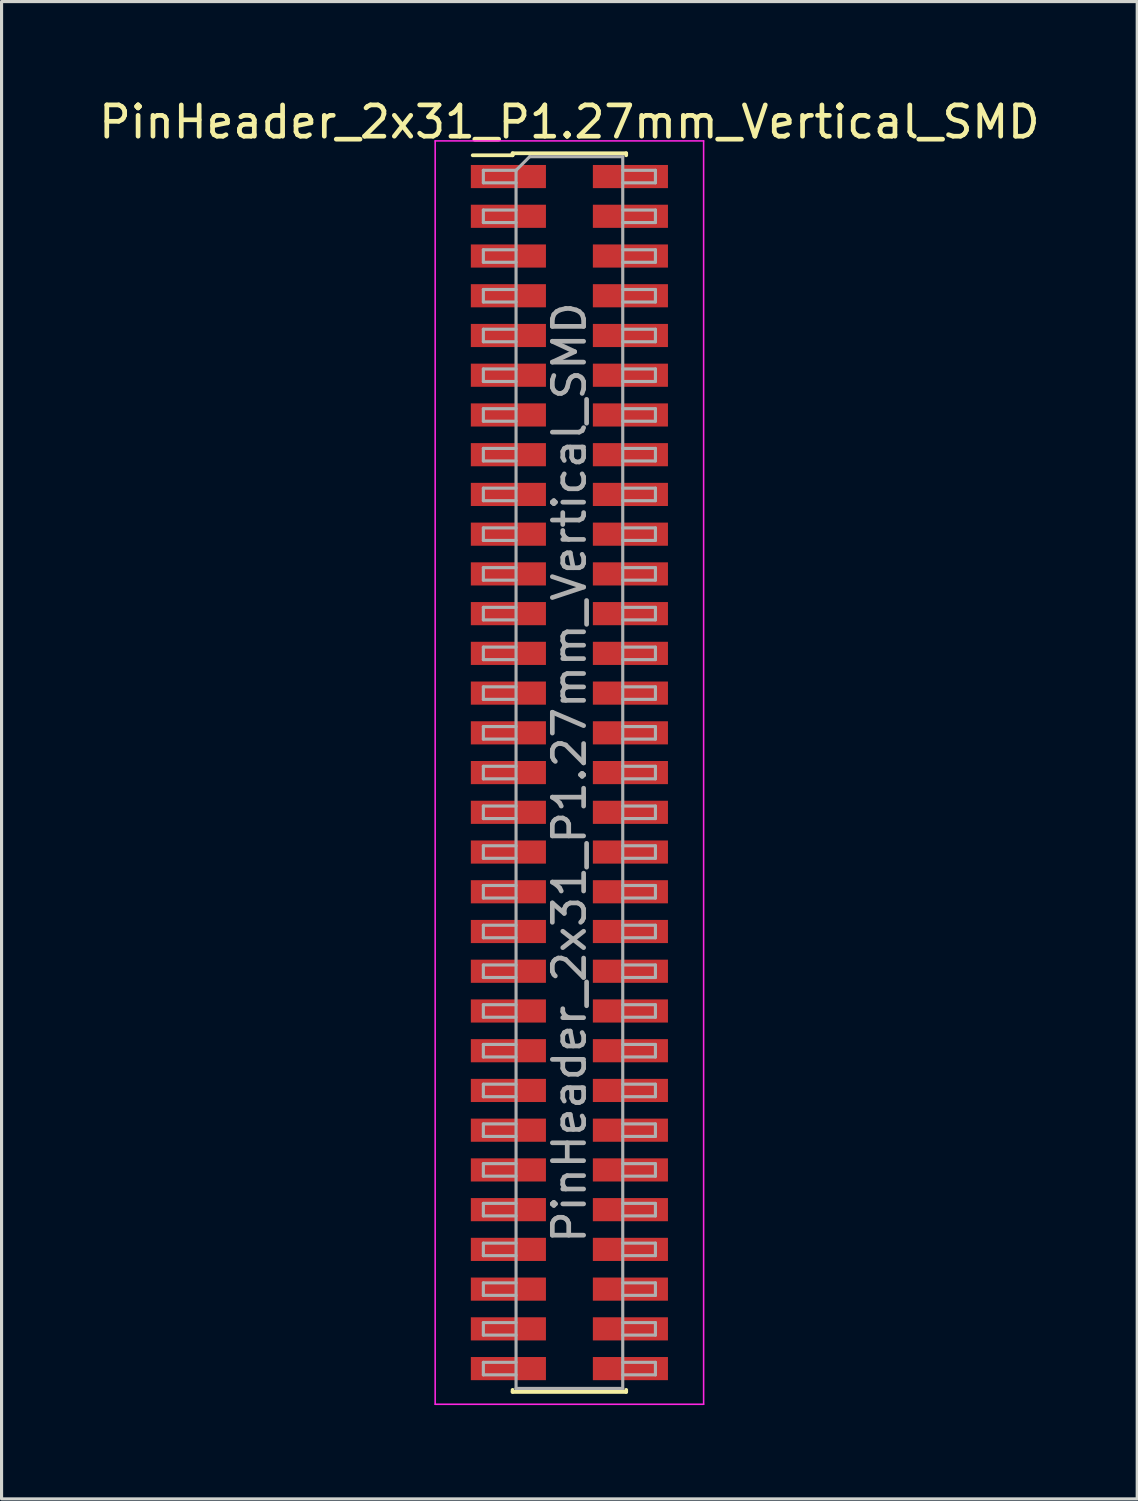
<source format=kicad_pcb>
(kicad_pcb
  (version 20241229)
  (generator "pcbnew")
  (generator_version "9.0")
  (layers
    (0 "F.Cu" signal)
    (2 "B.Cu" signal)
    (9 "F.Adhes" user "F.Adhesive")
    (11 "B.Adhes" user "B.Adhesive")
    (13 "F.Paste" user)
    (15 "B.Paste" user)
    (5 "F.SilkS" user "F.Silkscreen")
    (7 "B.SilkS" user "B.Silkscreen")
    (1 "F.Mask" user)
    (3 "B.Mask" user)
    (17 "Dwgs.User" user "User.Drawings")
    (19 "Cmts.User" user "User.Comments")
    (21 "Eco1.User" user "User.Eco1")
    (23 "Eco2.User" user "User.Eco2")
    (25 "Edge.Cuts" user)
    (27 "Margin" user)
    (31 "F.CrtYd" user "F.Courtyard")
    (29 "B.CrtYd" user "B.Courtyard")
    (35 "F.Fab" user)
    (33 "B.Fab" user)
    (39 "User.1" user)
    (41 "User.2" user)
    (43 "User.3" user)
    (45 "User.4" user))
  (footprint "PinHeader_2x31_P1.27mm_Vertical_SMD"
    (layer "F.Cu")
    (at 15.149 21.643)
    (property "Reference" "PinHeader_2x31_P1.27mm_Vertical_SMD" (at 0 -20.795 0) (layer "F.SilkS") (effects (font (size 1 1) (thickness 0.15))))
    (attr smd)
    (fp_line (start -3.09 -19.73) (end -1.815 -19.73) (stroke (width 0.12) (type solid)) (layer "F.SilkS"))
    (fp_line (start -1.815 -19.795) (end -1.815 -19.73) (stroke (width 0.12) (type solid)) (layer "F.SilkS"))
    (fp_line (start -1.815 -19.795) (end 1.815 -19.795) (stroke (width 0.12) (type solid)) (layer "F.SilkS"))
    (fp_line (start -1.815 19.73) (end -1.815 19.795) (stroke (width 0.12) (type solid)) (layer "F.SilkS"))
    (fp_line (start -1.815 19.795) (end 1.815 19.795) (stroke (width 0.12) (type solid)) (layer "F.SilkS"))
    (fp_line (start 1.815 -19.795) (end 1.815 -19.73) (stroke (width 0.12) (type solid)) (layer "F.SilkS"))
    (fp_line (start 1.815 19.73) (end 1.815 19.795) (stroke (width 0.12) (type solid)) (layer "F.SilkS"))
    (fp_line (start -4.29 -20.19) (end -4.29 20.19) (stroke (width 0.05) (type solid)) (layer "F.CrtYd"))
    (fp_line (start -4.29 20.19) (end 4.29 20.19) (stroke (width 0.05) (type solid)) (layer "F.CrtYd"))
    (fp_line (start 4.29 -20.19) (end -4.29 -20.19) (stroke (width 0.05) (type solid)) (layer "F.CrtYd"))
    (fp_line (start 4.29 20.19) (end 4.29 -20.19) (stroke (width 0.05) (type solid)) (layer "F.CrtYd"))
    (fp_line (start -2.75 -19.25) (end -2.75 -18.85) (stroke (width 0.1) (type solid)) (layer "F.Fab"))
    (fp_line (start -2.75 -18.85) (end -1.705 -18.85) (stroke (width 0.1) (type solid)) (layer "F.Fab"))
    (fp_line (start -2.75 -17.98) (end -2.75 -17.58) (stroke (width 0.1) (type solid)) (layer "F.Fab"))
    (fp_line (start -2.75 -17.58) (end -1.705 -17.58) (stroke (width 0.1) (type solid)) (layer "F.Fab"))
    (fp_line (start -2.75 -16.71) (end -2.75 -16.31) (stroke (width 0.1) (type solid)) (layer "F.Fab"))
    (fp_line (start -2.75 -16.31) (end -1.705 -16.31) (stroke (width 0.1) (type solid)) (layer "F.Fab"))
    (fp_line (start -2.75 -15.44) (end -2.75 -15.04) (stroke (width 0.1) (type solid)) (layer "F.Fab"))
    (fp_line (start -2.75 -15.04) (end -1.705 -15.04) (stroke (width 0.1) (type solid)) (layer "F.Fab"))
    (fp_line (start -2.75 -14.17) (end -2.75 -13.77) (stroke (width 0.1) (type solid)) (layer "F.Fab"))
    (fp_line (start -2.75 -13.77) (end -1.705 -13.77) (stroke (width 0.1) (type solid)) (layer "F.Fab"))
    (fp_line (start -2.75 -12.9) (end -2.75 -12.5) (stroke (width 0.1) (type solid)) (layer "F.Fab"))
    (fp_line (start -2.75 -12.5) (end -1.705 -12.5) (stroke (width 0.1) (type solid)) (layer "F.Fab"))
    (fp_line (start -2.75 -11.63) (end -2.75 -11.23) (stroke (width 0.1) (type solid)) (layer "F.Fab"))
    (fp_line (start -2.75 -11.23) (end -1.705 -11.23) (stroke (width 0.1) (type solid)) (layer "F.Fab"))
    (fp_line (start -2.75 -10.36) (end -2.75 -9.96) (stroke (width 0.1) (type solid)) (layer "F.Fab"))
    (fp_line (start -2.75 -9.96) (end -1.705 -9.96) (stroke (width 0.1) (type solid)) (layer "F.Fab"))
    (fp_line (start -2.75 -9.09) (end -2.75 -8.69) (stroke (width 0.1) (type solid)) (layer "F.Fab"))
    (fp_line (start -2.75 -8.69) (end -1.705 -8.69) (stroke (width 0.1) (type solid)) (layer "F.Fab"))
    (fp_line (start -2.75 -7.82) (end -2.75 -7.42) (stroke (width 0.1) (type solid)) (layer "F.Fab"))
    (fp_line (start -2.75 -7.42) (end -1.705 -7.42) (stroke (width 0.1) (type solid)) (layer "F.Fab"))
    (fp_line (start -2.75 -6.55) (end -2.75 -6.15) (stroke (width 0.1) (type solid)) (layer "F.Fab"))
    (fp_line (start -2.75 -6.15) (end -1.705 -6.15) (stroke (width 0.1) (type solid)) (layer "F.Fab"))
    (fp_line (start -2.75 -5.28) (end -2.75 -4.88) (stroke (width 0.1) (type solid)) (layer "F.Fab"))
    (fp_line (start -2.75 -4.88) (end -1.705 -4.88) (stroke (width 0.1) (type solid)) (layer "F.Fab"))
    (fp_line (start -2.75 -4.01) (end -2.75 -3.61) (stroke (width 0.1) (type solid)) (layer "F.Fab"))
    (fp_line (start -2.75 -3.61) (end -1.705 -3.61) (stroke (width 0.1) (type solid)) (layer "F.Fab"))
    (fp_line (start -2.75 -2.74) (end -2.75 -2.34) (stroke (width 0.1) (type solid)) (layer "F.Fab"))
    (fp_line (start -2.75 -2.34) (end -1.705 -2.34) (stroke (width 0.1) (type solid)) (layer "F.Fab"))
    (fp_line (start -2.75 -1.47) (end -2.75 -1.07) (stroke (width 0.1) (type solid)) (layer "F.Fab"))
    (fp_line (start -2.75 -1.07) (end -1.705 -1.07) (stroke (width 0.1) (type solid)) (layer "F.Fab"))
    (fp_line (start -2.75 -0.2) (end -2.75 0.2) (stroke (width 0.1) (type solid)) (layer "F.Fab"))
    (fp_line (start -2.75 0.2) (end -1.705 0.2) (stroke (width 0.1) (type solid)) (layer "F.Fab"))
    (fp_line (start -2.75 1.07) (end -2.75 1.47) (stroke (width 0.1) (type solid)) (layer "F.Fab"))
    (fp_line (start -2.75 1.47) (end -1.705 1.47) (stroke (width 0.1) (type solid)) (layer "F.Fab"))
    (fp_line (start -2.75 2.34) (end -2.75 2.74) (stroke (width 0.1) (type solid)) (layer "F.Fab"))
    (fp_line (start -2.75 2.74) (end -1.705 2.74) (stroke (width 0.1) (type solid)) (layer "F.Fab"))
    (fp_line (start -2.75 3.61) (end -2.75 4.01) (stroke (width 0.1) (type solid)) (layer "F.Fab"))
    (fp_line (start -2.75 4.01) (end -1.705 4.01) (stroke (width 0.1) (type solid)) (layer "F.Fab"))
    (fp_line (start -2.75 4.88) (end -2.75 5.28) (stroke (width 0.1) (type solid)) (layer "F.Fab"))
    (fp_line (start -2.75 5.28) (end -1.705 5.28) (stroke (width 0.1) (type solid)) (layer "F.Fab"))
    (fp_line (start -2.75 6.15) (end -2.75 6.55) (stroke (width 0.1) (type solid)) (layer "F.Fab"))
    (fp_line (start -2.75 6.55) (end -1.705 6.55) (stroke (width 0.1) (type solid)) (layer "F.Fab"))
    (fp_line (start -2.75 7.42) (end -2.75 7.82) (stroke (width 0.1) (type solid)) (layer "F.Fab"))
    (fp_line (start -2.75 7.82) (end -1.705 7.82) (stroke (width 0.1) (type solid)) (layer "F.Fab"))
    (fp_line (start -2.75 8.69) (end -2.75 9.09) (stroke (width 0.1) (type solid)) (layer "F.Fab"))
    (fp_line (start -2.75 9.09) (end -1.705 9.09) (stroke (width 0.1) (type solid)) (layer "F.Fab"))
    (fp_line (start -2.75 9.96) (end -2.75 10.36) (stroke (width 0.1) (type solid)) (layer "F.Fab"))
    (fp_line (start -2.75 10.36) (end -1.705 10.36) (stroke (width 0.1) (type solid)) (layer "F.Fab"))
    (fp_line (start -2.75 11.23) (end -2.75 11.63) (stroke (width 0.1) (type solid)) (layer "F.Fab"))
    (fp_line (start -2.75 11.63) (end -1.705 11.63) (stroke (width 0.1) (type solid)) (layer "F.Fab"))
    (fp_line (start -2.75 12.5) (end -2.75 12.9) (stroke (width 0.1) (type solid)) (layer "F.Fab"))
    (fp_line (start -2.75 12.9) (end -1.705 12.9) (stroke (width 0.1) (type solid)) (layer "F.Fab"))
    (fp_line (start -2.75 13.77) (end -2.75 14.17) (stroke (width 0.1) (type solid)) (layer "F.Fab"))
    (fp_line (start -2.75 14.17) (end -1.705 14.17) (stroke (width 0.1) (type solid)) (layer "F.Fab"))
    (fp_line (start -2.75 15.04) (end -2.75 15.44) (stroke (width 0.1) (type solid)) (layer "F.Fab"))
    (fp_line (start -2.75 15.44) (end -1.705 15.44) (stroke (width 0.1) (type solid)) (layer "F.Fab"))
    (fp_line (start -2.75 16.31) (end -2.75 16.71) (stroke (width 0.1) (type solid)) (layer "F.Fab"))
    (fp_line (start -2.75 16.71) (end -1.705 16.71) (stroke (width 0.1) (type solid)) (layer "F.Fab"))
    (fp_line (start -2.75 17.58) (end -2.75 17.98) (stroke (width 0.1) (type solid)) (layer "F.Fab"))
    (fp_line (start -2.75 17.98) (end -1.705 17.98) (stroke (width 0.1) (type solid)) (layer "F.Fab"))
    (fp_line (start -2.75 18.85) (end -2.75 19.25) (stroke (width 0.1) (type solid)) (layer "F.Fab"))
    (fp_line (start -2.75 19.25) (end -1.705 19.25) (stroke (width 0.1) (type solid)) (layer "F.Fab"))
    (fp_line (start -1.705 -19.25) (end -2.75 -19.25) (stroke (width 0.1) (type solid)) (layer "F.Fab"))
    (fp_line (start -1.705 -19.25) (end -1.27 -19.685) (stroke (width 0.1) (type solid)) (layer "F.Fab"))
    (fp_line (start -1.705 -17.98) (end -2.75 -17.98) (stroke (width 0.1) (type solid)) (layer "F.Fab"))
    (fp_line (start -1.705 -16.71) (end -2.75 -16.71) (stroke (width 0.1) (type solid)) (layer "F.Fab"))
    (fp_line (start -1.705 -15.44) (end -2.75 -15.44) (stroke (width 0.1) (type solid)) (layer "F.Fab"))
    (fp_line (start -1.705 -14.17) (end -2.75 -14.17) (stroke (width 0.1) (type solid)) (layer "F.Fab"))
    (fp_line (start -1.705 -12.9) (end -2.75 -12.9) (stroke (width 0.1) (type solid)) (layer "F.Fab"))
    (fp_line (start -1.705 -11.63) (end -2.75 -11.63) (stroke (width 0.1) (type solid)) (layer "F.Fab"))
    (fp_line (start -1.705 -10.36) (end -2.75 -10.36) (stroke (width 0.1) (type solid)) (layer "F.Fab"))
    (fp_line (start -1.705 -9.09) (end -2.75 -9.09) (stroke (width 0.1) (type solid)) (layer "F.Fab"))
    (fp_line (start -1.705 -7.82) (end -2.75 -7.82) (stroke (width 0.1) (type solid)) (layer "F.Fab"))
    (fp_line (start -1.705 -6.55) (end -2.75 -6.55) (stroke (width 0.1) (type solid)) (layer "F.Fab"))
    (fp_line (start -1.705 -5.28) (end -2.75 -5.28) (stroke (width 0.1) (type solid)) (layer "F.Fab"))
    (fp_line (start -1.705 -4.01) (end -2.75 -4.01) (stroke (width 0.1) (type solid)) (layer "F.Fab"))
    (fp_line (start -1.705 -2.74) (end -2.75 -2.74) (stroke (width 0.1) (type solid)) (layer "F.Fab"))
    (fp_line (start -1.705 -1.47) (end -2.75 -1.47) (stroke (width 0.1) (type solid)) (layer "F.Fab"))
    (fp_line (start -1.705 -0.2) (end -2.75 -0.2) (stroke (width 0.1) (type solid)) (layer "F.Fab"))
    (fp_line (start -1.705 1.07) (end -2.75 1.07) (stroke (width 0.1) (type solid)) (layer "F.Fab"))
    (fp_line (start -1.705 2.34) (end -2.75 2.34) (stroke (width 0.1) (type solid)) (layer "F.Fab"))
    (fp_line (start -1.705 3.61) (end -2.75 3.61) (stroke (width 0.1) (type solid)) (layer "F.Fab"))
    (fp_line (start -1.705 4.88) (end -2.75 4.88) (stroke (width 0.1) (type solid)) (layer "F.Fab"))
    (fp_line (start -1.705 6.15) (end -2.75 6.15) (stroke (width 0.1) (type solid)) (layer "F.Fab"))
    (fp_line (start -1.705 7.42) (end -2.75 7.42) (stroke (width 0.1) (type solid)) (layer "F.Fab"))
    (fp_line (start -1.705 8.69) (end -2.75 8.69) (stroke (width 0.1) (type solid)) (layer "F.Fab"))
    (fp_line (start -1.705 9.96) (end -2.75 9.96) (stroke (width 0.1) (type solid)) (layer "F.Fab"))
    (fp_line (start -1.705 11.23) (end -2.75 11.23) (stroke (width 0.1) (type solid)) (layer "F.Fab"))
    (fp_line (start -1.705 12.5) (end -2.75 12.5) (stroke (width 0.1) (type solid)) (layer "F.Fab"))
    (fp_line (start -1.705 13.77) (end -2.75 13.77) (stroke (width 0.1) (type solid)) (layer "F.Fab"))
    (fp_line (start -1.705 15.04) (end -2.75 15.04) (stroke (width 0.1) (type solid)) (layer "F.Fab"))
    (fp_line (start -1.705 16.31) (end -2.75 16.31) (stroke (width 0.1) (type solid)) (layer "F.Fab"))
    (fp_line (start -1.705 17.58) (end -2.75 17.58) (stroke (width 0.1) (type solid)) (layer "F.Fab"))
    (fp_line (start -1.705 18.85) (end -2.75 18.85) (stroke (width 0.1) (type solid)) (layer "F.Fab"))
    (fp_line (start -1.705 19.685) (end -1.705 -19.25) (stroke (width 0.1) (type solid)) (layer "F.Fab"))
    (fp_line (start -1.27 -19.685) (end 1.705 -19.685) (stroke (width 0.1) (type solid)) (layer "F.Fab"))
    (fp_line (start 1.705 -19.685) (end 1.705 19.685) (stroke (width 0.1) (type solid)) (layer "F.Fab"))
    (fp_line (start 1.705 -19.25) (end 2.75 -19.25) (stroke (width 0.1) (type solid)) (layer "F.Fab"))
    (fp_line (start 1.705 -17.98) (end 2.75 -17.98) (stroke (width 0.1) (type solid)) (layer "F.Fab"))
    (fp_line (start 1.705 -16.71) (end 2.75 -16.71) (stroke (width 0.1) (type solid)) (layer "F.Fab"))
    (fp_line (start 1.705 -15.44) (end 2.75 -15.44) (stroke (width 0.1) (type solid)) (layer "F.Fab"))
    (fp_line (start 1.705 -14.17) (end 2.75 -14.17) (stroke (width 0.1) (type solid)) (layer "F.Fab"))
    (fp_line (start 1.705 -12.9) (end 2.75 -12.9) (stroke (width 0.1) (type solid)) (layer "F.Fab"))
    (fp_line (start 1.705 -11.63) (end 2.75 -11.63) (stroke (width 0.1) (type solid)) (layer "F.Fab"))
    (fp_line (start 1.705 -10.36) (end 2.75 -10.36) (stroke (width 0.1) (type solid)) (layer "F.Fab"))
    (fp_line (start 1.705 -9.09) (end 2.75 -9.09) (stroke (width 0.1) (type solid)) (layer "F.Fab"))
    (fp_line (start 1.705 -7.82) (end 2.75 -7.82) (stroke (width 0.1) (type solid)) (layer "F.Fab"))
    (fp_line (start 1.705 -6.55) (end 2.75 -6.55) (stroke (width 0.1) (type solid)) (layer "F.Fab"))
    (fp_line (start 1.705 -5.28) (end 2.75 -5.28) (stroke (width 0.1) (type solid)) (layer "F.Fab"))
    (fp_line (start 1.705 -4.01) (end 2.75 -4.01) (stroke (width 0.1) (type solid)) (layer "F.Fab"))
    (fp_line (start 1.705 -2.74) (end 2.75 -2.74) (stroke (width 0.1) (type solid)) (layer "F.Fab"))
    (fp_line (start 1.705 -1.47) (end 2.75 -1.47) (stroke (width 0.1) (type solid)) (layer "F.Fab"))
    (fp_line (start 1.705 -0.2) (end 2.75 -0.2) (stroke (width 0.1) (type solid)) (layer "F.Fab"))
    (fp_line (start 1.705 1.07) (end 2.75 1.07) (stroke (width 0.1) (type solid)) (layer "F.Fab"))
    (fp_line (start 1.705 2.34) (end 2.75 2.34) (stroke (width 0.1) (type solid)) (layer "F.Fab"))
    (fp_line (start 1.705 3.61) (end 2.75 3.61) (stroke (width 0.1) (type solid)) (layer "F.Fab"))
    (fp_line (start 1.705 4.88) (end 2.75 4.88) (stroke (width 0.1) (type solid)) (layer "F.Fab"))
    (fp_line (start 1.705 6.15) (end 2.75 6.15) (stroke (width 0.1) (type solid)) (layer "F.Fab"))
    (fp_line (start 1.705 7.42) (end 2.75 7.42) (stroke (width 0.1) (type solid)) (layer "F.Fab"))
    (fp_line (start 1.705 8.69) (end 2.75 8.69) (stroke (width 0.1) (type solid)) (layer "F.Fab"))
    (fp_line (start 1.705 9.96) (end 2.75 9.96) (stroke (width 0.1) (type solid)) (layer "F.Fab"))
    (fp_line (start 1.705 11.23) (end 2.75 11.23) (stroke (width 0.1) (type solid)) (layer "F.Fab"))
    (fp_line (start 1.705 12.5) (end 2.75 12.5) (stroke (width 0.1) (type solid)) (layer "F.Fab"))
    (fp_line (start 1.705 13.77) (end 2.75 13.77) (stroke (width 0.1) (type solid)) (layer "F.Fab"))
    (fp_line (start 1.705 15.04) (end 2.75 15.04) (stroke (width 0.1) (type solid)) (layer "F.Fab"))
    (fp_line (start 1.705 16.31) (end 2.75 16.31) (stroke (width 0.1) (type solid)) (layer "F.Fab"))
    (fp_line (start 1.705 17.58) (end 2.75 17.58) (stroke (width 0.1) (type solid)) (layer "F.Fab"))
    (fp_line (start 1.705 18.85) (end 2.75 18.85) (stroke (width 0.1) (type solid)) (layer "F.Fab"))
    (fp_line (start 1.705 19.685) (end -1.705 19.685) (stroke (width 0.1) (type solid)) (layer "F.Fab"))
    (fp_line (start 2.75 -19.25) (end 2.75 -18.85) (stroke (width 0.1) (type solid)) (layer "F.Fab"))
    (fp_line (start 2.75 -18.85) (end 1.705 -18.85) (stroke (width 0.1) (type solid)) (layer "F.Fab"))
    (fp_line (start 2.75 -17.98) (end 2.75 -17.58) (stroke (width 0.1) (type solid)) (layer "F.Fab"))
    (fp_line (start 2.75 -17.58) (end 1.705 -17.58) (stroke (width 0.1) (type solid)) (layer "F.Fab"))
    (fp_line (start 2.75 -16.71) (end 2.75 -16.31) (stroke (width 0.1) (type solid)) (layer "F.Fab"))
    (fp_line (start 2.75 -16.31) (end 1.705 -16.31) (stroke (width 0.1) (type solid)) (layer "F.Fab"))
    (fp_line (start 2.75 -15.44) (end 2.75 -15.04) (stroke (width 0.1) (type solid)) (layer "F.Fab"))
    (fp_line (start 2.75 -15.04) (end 1.705 -15.04) (stroke (width 0.1) (type solid)) (layer "F.Fab"))
    (fp_line (start 2.75 -14.17) (end 2.75 -13.77) (stroke (width 0.1) (type solid)) (layer "F.Fab"))
    (fp_line (start 2.75 -13.77) (end 1.705 -13.77) (stroke (width 0.1) (type solid)) (layer "F.Fab"))
    (fp_line (start 2.75 -12.9) (end 2.75 -12.5) (stroke (width 0.1) (type solid)) (layer "F.Fab"))
    (fp_line (start 2.75 -12.5) (end 1.705 -12.5) (stroke (width 0.1) (type solid)) (layer "F.Fab"))
    (fp_line (start 2.75 -11.63) (end 2.75 -11.23) (stroke (width 0.1) (type solid)) (layer "F.Fab"))
    (fp_line (start 2.75 -11.23) (end 1.705 -11.23) (stroke (width 0.1) (type solid)) (layer "F.Fab"))
    (fp_line (start 2.75 -10.36) (end 2.75 -9.96) (stroke (width 0.1) (type solid)) (layer "F.Fab"))
    (fp_line (start 2.75 -9.96) (end 1.705 -9.96) (stroke (width 0.1) (type solid)) (layer "F.Fab"))
    (fp_line (start 2.75 -9.09) (end 2.75 -8.69) (stroke (width 0.1) (type solid)) (layer "F.Fab"))
    (fp_line (start 2.75 -8.69) (end 1.705 -8.69) (stroke (width 0.1) (type solid)) (layer "F.Fab"))
    (fp_line (start 2.75 -7.82) (end 2.75 -7.42) (stroke (width 0.1) (type solid)) (layer "F.Fab"))
    (fp_line (start 2.75 -7.42) (end 1.705 -7.42) (stroke (width 0.1) (type solid)) (layer "F.Fab"))
    (fp_line (start 2.75 -6.55) (end 2.75 -6.15) (stroke (width 0.1) (type solid)) (layer "F.Fab"))
    (fp_line (start 2.75 -6.15) (end 1.705 -6.15) (stroke (width 0.1) (type solid)) (layer "F.Fab"))
    (fp_line (start 2.75 -5.28) (end 2.75 -4.88) (stroke (width 0.1) (type solid)) (layer "F.Fab"))
    (fp_line (start 2.75 -4.88) (end 1.705 -4.88) (stroke (width 0.1) (type solid)) (layer "F.Fab"))
    (fp_line (start 2.75 -4.01) (end 2.75 -3.61) (stroke (width 0.1) (type solid)) (layer "F.Fab"))
    (fp_line (start 2.75 -3.61) (end 1.705 -3.61) (stroke (width 0.1) (type solid)) (layer "F.Fab"))
    (fp_line (start 2.75 -2.74) (end 2.75 -2.34) (stroke (width 0.1) (type solid)) (layer "F.Fab"))
    (fp_line (start 2.75 -2.34) (end 1.705 -2.34) (stroke (width 0.1) (type solid)) (layer "F.Fab"))
    (fp_line (start 2.75 -1.47) (end 2.75 -1.07) (stroke (width 0.1) (type solid)) (layer "F.Fab"))
    (fp_line (start 2.75 -1.07) (end 1.705 -1.07) (stroke (width 0.1) (type solid)) (layer "F.Fab"))
    (fp_line (start 2.75 -0.2) (end 2.75 0.2) (stroke (width 0.1) (type solid)) (layer "F.Fab"))
    (fp_line (start 2.75 0.2) (end 1.705 0.2) (stroke (width 0.1) (type solid)) (layer "F.Fab"))
    (fp_line (start 2.75 1.07) (end 2.75 1.47) (stroke (width 0.1) (type solid)) (layer "F.Fab"))
    (fp_line (start 2.75 1.47) (end 1.705 1.47) (stroke (width 0.1) (type solid)) (layer "F.Fab"))
    (fp_line (start 2.75 2.34) (end 2.75 2.74) (stroke (width 0.1) (type solid)) (layer "F.Fab"))
    (fp_line (start 2.75 2.74) (end 1.705 2.74) (stroke (width 0.1) (type solid)) (layer "F.Fab"))
    (fp_line (start 2.75 3.61) (end 2.75 4.01) (stroke (width 0.1) (type solid)) (layer "F.Fab"))
    (fp_line (start 2.75 4.01) (end 1.705 4.01) (stroke (width 0.1) (type solid)) (layer "F.Fab"))
    (fp_line (start 2.75 4.88) (end 2.75 5.28) (stroke (width 0.1) (type solid)) (layer "F.Fab"))
    (fp_line (start 2.75 5.28) (end 1.705 5.28) (stroke (width 0.1) (type solid)) (layer "F.Fab"))
    (fp_line (start 2.75 6.15) (end 2.75 6.55) (stroke (width 0.1) (type solid)) (layer "F.Fab"))
    (fp_line (start 2.75 6.55) (end 1.705 6.55) (stroke (width 0.1) (type solid)) (layer "F.Fab"))
    (fp_line (start 2.75 7.42) (end 2.75 7.82) (stroke (width 0.1) (type solid)) (layer "F.Fab"))
    (fp_line (start 2.75 7.82) (end 1.705 7.82) (stroke (width 0.1) (type solid)) (layer "F.Fab"))
    (fp_line (start 2.75 8.69) (end 2.75 9.09) (stroke (width 0.1) (type solid)) (layer "F.Fab"))
    (fp_line (start 2.75 9.09) (end 1.705 9.09) (stroke (width 0.1) (type solid)) (layer "F.Fab"))
    (fp_line (start 2.75 9.96) (end 2.75 10.36) (stroke (width 0.1) (type solid)) (layer "F.Fab"))
    (fp_line (start 2.75 10.36) (end 1.705 10.36) (stroke (width 0.1) (type solid)) (layer "F.Fab"))
    (fp_line (start 2.75 11.23) (end 2.75 11.63) (stroke (width 0.1) (type solid)) (layer "F.Fab"))
    (fp_line (start 2.75 11.63) (end 1.705 11.63) (stroke (width 0.1) (type solid)) (layer "F.Fab"))
    (fp_line (start 2.75 12.5) (end 2.75 12.9) (stroke (width 0.1) (type solid)) (layer "F.Fab"))
    (fp_line (start 2.75 12.9) (end 1.705 12.9) (stroke (width 0.1) (type solid)) (layer "F.Fab"))
    (fp_line (start 2.75 13.77) (end 2.75 14.17) (stroke (width 0.1) (type solid)) (layer "F.Fab"))
    (fp_line (start 2.75 14.17) (end 1.705 14.17) (stroke (width 0.1) (type solid)) (layer "F.Fab"))
    (fp_line (start 2.75 15.04) (end 2.75 15.44) (stroke (width 0.1) (type solid)) (layer "F.Fab"))
    (fp_line (start 2.75 15.44) (end 1.705 15.44) (stroke (width 0.1) (type solid)) (layer "F.Fab"))
    (fp_line (start 2.75 16.31) (end 2.75 16.71) (stroke (width 0.1) (type solid)) (layer "F.Fab"))
    (fp_line (start 2.75 16.71) (end 1.705 16.71) (stroke (width 0.1) (type solid)) (layer "F.Fab"))
    (fp_line (start 2.75 17.58) (end 2.75 17.98) (stroke (width 0.1) (type solid)) (layer "F.Fab"))
    (fp_line (start 2.75 17.98) (end 1.705 17.98) (stroke (width 0.1) (type solid)) (layer "F.Fab"))
    (fp_line (start 2.75 18.85) (end 2.75 19.25) (stroke (width 0.1) (type solid)) (layer "F.Fab"))
    (fp_line (start 2.75 19.25) (end 1.705 19.25) (stroke (width 0.1) (type solid)) (layer "F.Fab"))
    (fp_text user "${REFERENCE}" (at 0 0 90) (layer "F.Fab") (effects (font (size 1 1) (thickness 0.15))))
    (pad "1" smd rect (at -1.95 -19.05) (size 2.4 0.74) (layers "F.Cu" "F.Mask" "F.Paste"))
    (pad "2" smd rect (at 1.95 -19.05) (size 2.4 0.74) (layers "F.Cu" "F.Mask" "F.Paste"))
    (pad "3" smd rect (at -1.95 -17.78) (size 2.4 0.74) (layers "F.Cu" "F.Mask" "F.Paste"))
    (pad "4" smd rect (at 1.95 -17.78) (size 2.4 0.74) (layers "F.Cu" "F.Mask" "F.Paste"))
    (pad "5" smd rect (at -1.95 -16.51) (size 2.4 0.74) (layers "F.Cu" "F.Mask" "F.Paste"))
    (pad "6" smd rect (at 1.95 -16.51) (size 2.4 0.74) (layers "F.Cu" "F.Mask" "F.Paste"))
    (pad "7" smd rect (at -1.95 -15.24) (size 2.4 0.74) (layers "F.Cu" "F.Mask" "F.Paste"))
    (pad "8" smd rect (at 1.95 -15.24) (size 2.4 0.74) (layers "F.Cu" "F.Mask" "F.Paste"))
    (pad "9" smd rect (at -1.95 -13.97) (size 2.4 0.74) (layers "F.Cu" "F.Mask" "F.Paste"))
    (pad "10" smd rect (at 1.95 -13.97) (size 2.4 0.74) (layers "F.Cu" "F.Mask" "F.Paste"))
    (pad "11" smd rect (at -1.95 -12.7) (size 2.4 0.74) (layers "F.Cu" "F.Mask" "F.Paste"))
    (pad "12" smd rect (at 1.95 -12.7) (size 2.4 0.74) (layers "F.Cu" "F.Mask" "F.Paste"))
    (pad "13" smd rect (at -1.95 -11.43) (size 2.4 0.74) (layers "F.Cu" "F.Mask" "F.Paste"))
    (pad "14" smd rect (at 1.95 -11.43) (size 2.4 0.74) (layers "F.Cu" "F.Mask" "F.Paste"))
    (pad "15" smd rect (at -1.95 -10.16) (size 2.4 0.74) (layers "F.Cu" "F.Mask" "F.Paste"))
    (pad "16" smd rect (at 1.95 -10.16) (size 2.4 0.74) (layers "F.Cu" "F.Mask" "F.Paste"))
    (pad "17" smd rect (at -1.95 -8.89) (size 2.4 0.74) (layers "F.Cu" "F.Mask" "F.Paste"))
    (pad "18" smd rect (at 1.95 -8.89) (size 2.4 0.74) (layers "F.Cu" "F.Mask" "F.Paste"))
    (pad "19" smd rect (at -1.95 -7.62) (size 2.4 0.74) (layers "F.Cu" "F.Mask" "F.Paste"))
    (pad "20" smd rect (at 1.95 -7.62) (size 2.4 0.74) (layers "F.Cu" "F.Mask" "F.Paste"))
    (pad "21" smd rect (at -1.95 -6.35) (size 2.4 0.74) (layers "F.Cu" "F.Mask" "F.Paste"))
    (pad "22" smd rect (at 1.95 -6.35) (size 2.4 0.74) (layers "F.Cu" "F.Mask" "F.Paste"))
    (pad "23" smd rect (at -1.95 -5.08) (size 2.4 0.74) (layers "F.Cu" "F.Mask" "F.Paste"))
    (pad "24" smd rect (at 1.95 -5.08) (size 2.4 0.74) (layers "F.Cu" "F.Mask" "F.Paste"))
    (pad "25" smd rect (at -1.95 -3.81) (size 2.4 0.74) (layers "F.Cu" "F.Mask" "F.Paste"))
    (pad "26" smd rect (at 1.95 -3.81) (size 2.4 0.74) (layers "F.Cu" "F.Mask" "F.Paste"))
    (pad "27" smd rect (at -1.95 -2.54) (size 2.4 0.74) (layers "F.Cu" "F.Mask" "F.Paste"))
    (pad "28" smd rect (at 1.95 -2.54) (size 2.4 0.74) (layers "F.Cu" "F.Mask" "F.Paste"))
    (pad "29" smd rect (at -1.95 -1.27) (size 2.4 0.74) (layers "F.Cu" "F.Mask" "F.Paste"))
    (pad "30" smd rect (at 1.95 -1.27) (size 2.4 0.74) (layers "F.Cu" "F.Mask" "F.Paste"))
    (pad "31" smd rect (at -1.95 0) (size 2.4 0.74) (layers "F.Cu" "F.Mask" "F.Paste"))
    (pad "32" smd rect (at 1.95 0) (size 2.4 0.74) (layers "F.Cu" "F.Mask" "F.Paste"))
    (pad "33" smd rect (at -1.95 1.27) (size 2.4 0.74) (layers "F.Cu" "F.Mask" "F.Paste"))
    (pad "34" smd rect (at 1.95 1.27) (size 2.4 0.74) (layers "F.Cu" "F.Mask" "F.Paste"))
    (pad "35" smd rect (at -1.95 2.54) (size 2.4 0.74) (layers "F.Cu" "F.Mask" "F.Paste"))
    (pad "36" smd rect (at 1.95 2.54) (size 2.4 0.74) (layers "F.Cu" "F.Mask" "F.Paste"))
    (pad "37" smd rect (at -1.95 3.81) (size 2.4 0.74) (layers "F.Cu" "F.Mask" "F.Paste"))
    (pad "38" smd rect (at 1.95 3.81) (size 2.4 0.74) (layers "F.Cu" "F.Mask" "F.Paste"))
    (pad "39" smd rect (at -1.95 5.08) (size 2.4 0.74) (layers "F.Cu" "F.Mask" "F.Paste"))
    (pad "40" smd rect (at 1.95 5.08) (size 2.4 0.74) (layers "F.Cu" "F.Mask" "F.Paste"))
    (pad "41" smd rect (at -1.95 6.35) (size 2.4 0.74) (layers "F.Cu" "F.Mask" "F.Paste"))
    (pad "42" smd rect (at 1.95 6.35) (size 2.4 0.74) (layers "F.Cu" "F.Mask" "F.Paste"))
    (pad "43" smd rect (at -1.95 7.62) (size 2.4 0.74) (layers "F.Cu" "F.Mask" "F.Paste"))
    (pad "44" smd rect (at 1.95 7.62) (size 2.4 0.74) (layers "F.Cu" "F.Mask" "F.Paste"))
    (pad "45" smd rect (at -1.95 8.89) (size 2.4 0.74) (layers "F.Cu" "F.Mask" "F.Paste"))
    (pad "46" smd rect (at 1.95 8.89) (size 2.4 0.74) (layers "F.Cu" "F.Mask" "F.Paste"))
    (pad "47" smd rect (at -1.95 10.16) (size 2.4 0.74) (layers "F.Cu" "F.Mask" "F.Paste"))
    (pad "48" smd rect (at 1.95 10.16) (size 2.4 0.74) (layers "F.Cu" "F.Mask" "F.Paste"))
    (pad "49" smd rect (at -1.95 11.43) (size 2.4 0.74) (layers "F.Cu" "F.Mask" "F.Paste"))
    (pad "50" smd rect (at 1.95 11.43) (size 2.4 0.74) (layers "F.Cu" "F.Mask" "F.Paste"))
    (pad "51" smd rect (at -1.95 12.7) (size 2.4 0.74) (layers "F.Cu" "F.Mask" "F.Paste"))
    (pad "52" smd rect (at 1.95 12.7) (size 2.4 0.74) (layers "F.Cu" "F.Mask" "F.Paste"))
    (pad "53" smd rect (at -1.95 13.97) (size 2.4 0.74) (layers "F.Cu" "F.Mask" "F.Paste"))
    (pad "54" smd rect (at 1.95 13.97) (size 2.4 0.74) (layers "F.Cu" "F.Mask" "F.Paste"))
    (pad "55" smd rect (at -1.95 15.24) (size 2.4 0.74) (layers "F.Cu" "F.Mask" "F.Paste"))
    (pad "56" smd rect (at 1.95 15.24) (size 2.4 0.74) (layers "F.Cu" "F.Mask" "F.Paste"))
    (pad "57" smd rect (at -1.95 16.51) (size 2.4 0.74) (layers "F.Cu" "F.Mask" "F.Paste"))
    (pad "58" smd rect (at 1.95 16.51) (size 2.4 0.74) (layers "F.Cu" "F.Mask" "F.Paste"))
    (pad "59" smd rect (at -1.95 17.78) (size 2.4 0.74) (layers "F.Cu" "F.Mask" "F.Paste"))
    (pad "60" smd rect (at 1.95 17.78) (size 2.4 0.74) (layers "F.Cu" "F.Mask" "F.Paste"))
    (pad "61" smd rect (at -1.95 19.05) (size 2.4 0.74) (layers "F.Cu" "F.Mask" "F.Paste"))
    (pad "62" smd rect (at 1.95 19.05) (size 2.4 0.74) (layers "F.Cu" "F.Mask" "F.Paste")))
  (gr_rect
    (start -3 -3)
    (end 33.298 44.858)
    (stroke (width 0.1) (type default))
    (fill no)
    (layer "Edge.Cuts")))
</source>
